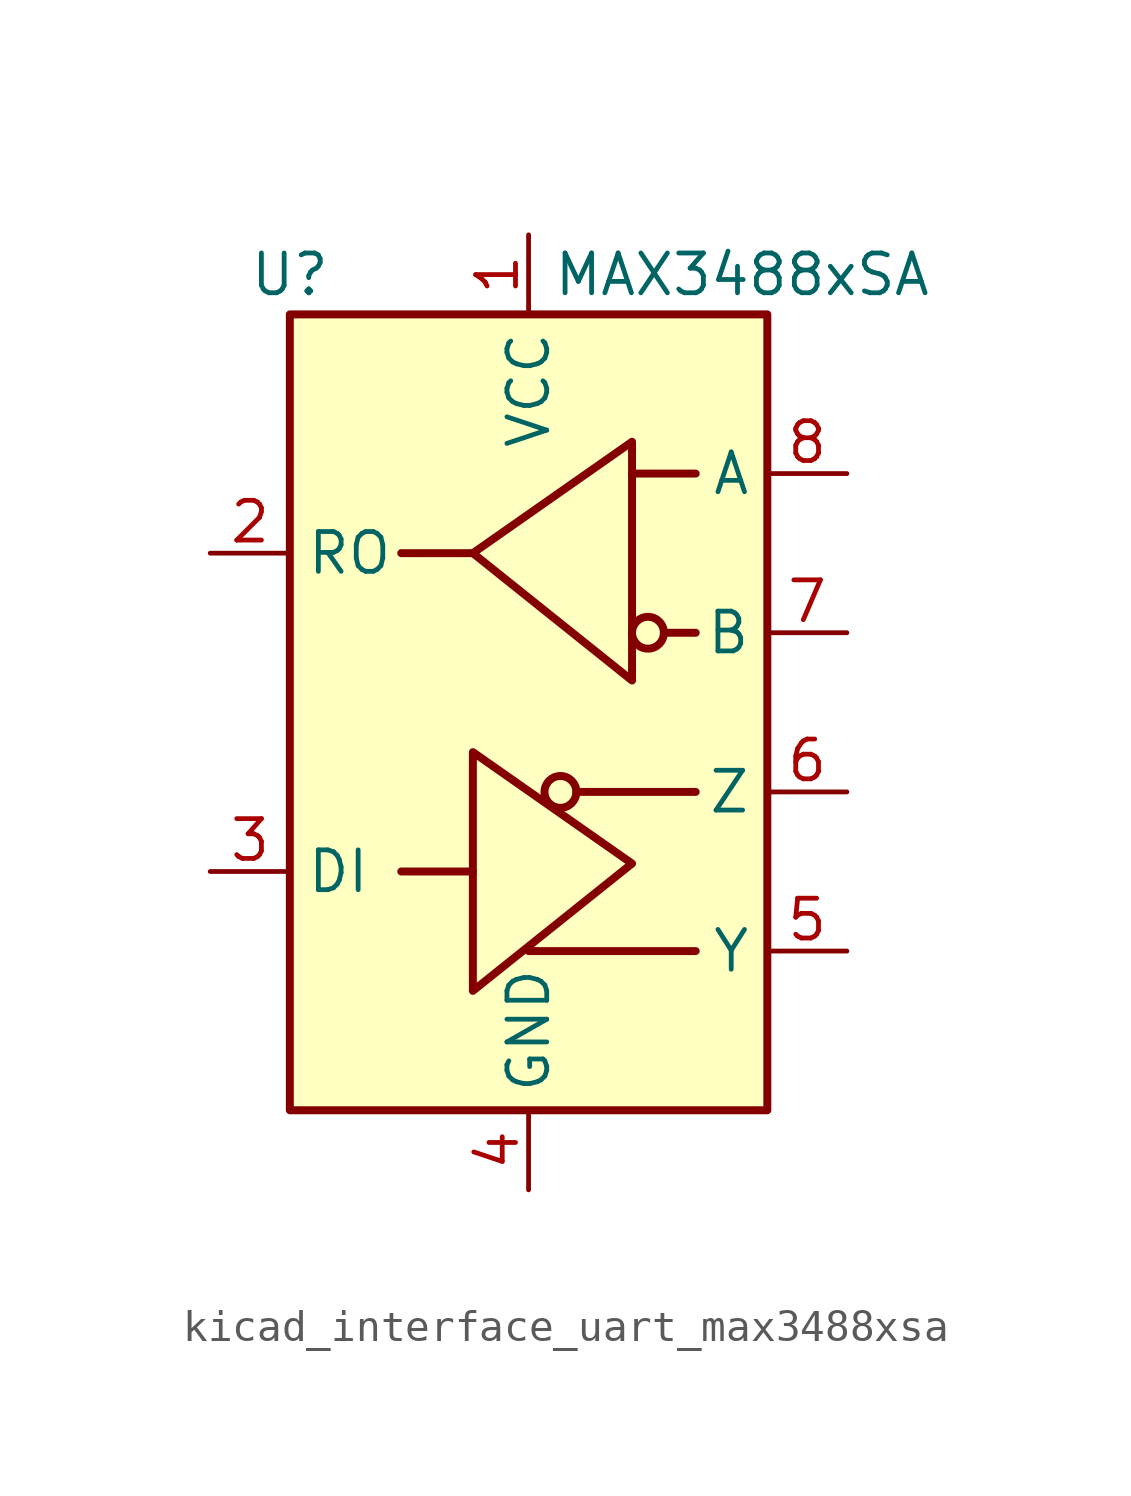
<source format=kicad_sym>
(kicad_symbol_lib
  (version 20220914)
  (generator kicad_symbol_editor)
  (symbol "kicad_interface_uart_max3488xsa"
    (property "Reference" "U"
      (at -7.62 13.97 0)
      (effects (font (size 1.27 1.27))))
    (property "Value" "MAX3488xSA"
      (at 0.762 13.97 0)
      (effects (font (size 1.27 1.27)) (justify left)))
    (symbol "kicad_interface_uart_max3488xsa_0_1"
      (rectangle (start -7.62 12.7) (end 7.62 -12.7) (stroke (width 0.254) (type default)) (fill (type background)))
      (polyline (pts (xy -1.778 -5.08) (xy -4.064 -5.08)) (stroke (width 0.254) (type default)) (fill (type none)))
      (polyline (pts (xy -1.778 5.08) (xy -4.064 5.08)) (stroke (width 0.254) (type default)) (fill (type none)))
      (polyline (pts (xy 0 -7.62) (xy 5.334 -7.62)) (stroke (width 0.254) (type default)) (fill (type none)))
      (polyline (pts (xy 1.524 -2.54) (xy 5.334 -2.54)) (stroke (width 0.254) (type default)) (fill (type none)))
      (polyline (pts (xy 3.302 7.62) (xy 5.334 7.62)) (stroke (width 0.254) (type default)) (fill (type none)))
      (polyline (pts (xy 4.318 2.54) (xy 5.334 2.54)) (stroke (width 0.254) (type default)) (fill (type none)))
      (polyline (pts (xy -1.778 -5.08) (xy -1.778 -1.27) (xy 3.302 -4.826) (xy -1.778 -8.89) (xy -1.778 -5.08)) (stroke (width 0.254) (type default)) (fill (type none)))
      (circle (center 1.016 -2.54) (radius 0.508) (stroke (width 0.254) (type default)) (fill (type none))))
    (symbol "kicad_interface_uart_max3488xsa_1_1"
      (polyline (pts (xy 3.302 4.826) (xy 3.302 8.636) (xy -1.778 5.08) (xy 3.302 1.016) (xy 3.302 4.826)) (stroke (width 0.254) (type default)) (fill (type none)))
      (circle (center 3.81 2.54) (radius 0.508) (stroke (width 0.254) (type default)) (fill (type none)))
      (pin power_in line (at 0 15.24 270) (length 2.54) (name "VCC" (effects (font (size 1.27 1.27)))) (number "1" (effects (font (size 1.27 1.27)))))
      (pin output line (at -10.16 5.08 0) (length 2.54) (name "RO" (effects (font (size 1.27 1.27)))) (number "2" (effects (font (size 1.27 1.27)))))
      (pin input line (at -10.16 -5.08 0) (length 2.54) (name "DI" (effects (font (size 1.27 1.27)))) (number "3" (effects (font (size 1.27 1.27)))))
      (pin power_in line (at 0 -15.24 90) (length 2.54) (name "GND" (effects (font (size 1.27 1.27)))) (number "4" (effects (font (size 1.27 1.27)))))
      (pin output line (at 10.16 -7.62 180) (length 2.54) (name "Y" (effects (font (size 1.27 1.27)))) (number "5" (effects (font (size 1.27 1.27)))))
      (pin output line (at 10.16 -2.54 180) (length 2.54) (name "Z" (effects (font (size 1.27 1.27)))) (number "6" (effects (font (size 1.27 1.27)))))
      (pin input line (at 10.16 2.54 180) (length 2.54) (name "B" (effects (font (size 1.27 1.27)))) (number "7" (effects (font (size 1.27 1.27)))))
      (pin input line (at 10.16 7.62 180) (length 2.54) (name "A" (effects (font (size 1.27 1.27)))) (number "8" (effects (font (size 1.27 1.27))))))))
</source>
